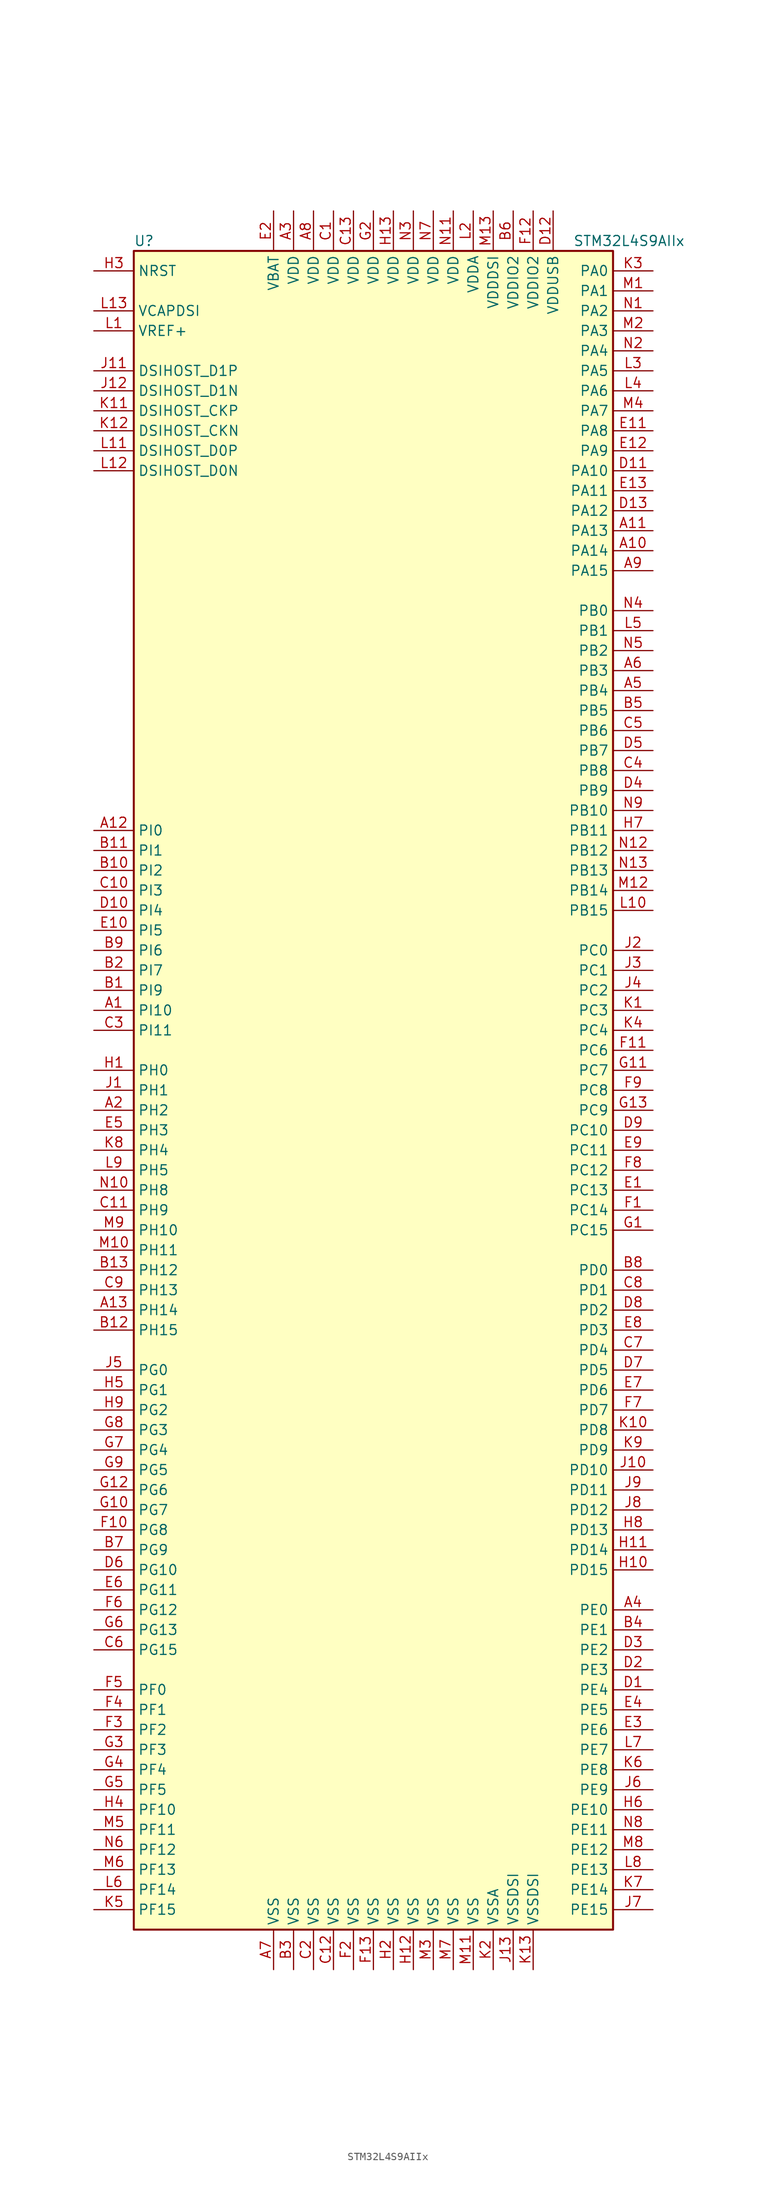
<source format=kicad_sym>
(kicad_symbol_lib
  (version 20201005)
  (generator kicad_symbol_editor)
  (symbol "STM32L4S9AIIx"
    (property "Reference" "U"
      (at -30.48 107.95 0)
      (effects (font (size 1.27 1.27)) (justify left)))
    (property "Value" "STM32L4S9AIIx"
      (at 25.4 107.95 0)
      (effects (font (size 1.27 1.27)) (justify left)))
    (symbol "STM32L4S9AIIx_0_1"
      (rectangle (start -30.48 -106.68) (end 30.48 106.68) (stroke (width 0.254)) (fill (type background))))
    (symbol "STM32L4S9AIIx_1_1"
      (pin bidirectional line (at -35.56 10.16 0) (length 5.08) (name "PI10" (effects (font (size 1.27 1.27)))) (number "A1" (effects (font (size 1.27 1.27)))))
      (pin bidirectional line (at 35.56 68.58 180) (length 5.08) (name "PA14" (effects (font (size 1.27 1.27)))) (number "A10" (effects (font (size 1.27 1.27)))))
      (pin bidirectional line (at 35.56 71.12 180) (length 5.08) (name "PA13" (effects (font (size 1.27 1.27)))) (number "A11" (effects (font (size 1.27 1.27)))))
      (pin bidirectional line (at -35.56 33.02 0) (length 5.08) (name "PI0" (effects (font (size 1.27 1.27)))) (number "A12" (effects (font (size 1.27 1.27)))))
      (pin bidirectional line (at -35.56 -27.94 0) (length 5.08) (name "PH14" (effects (font (size 1.27 1.27)))) (number "A13" (effects (font (size 1.27 1.27)))))
      (pin bidirectional line (at -35.56 -2.54 0) (length 5.08) (name "PH2" (effects (font (size 1.27 1.27)))) (number "A2" (effects (font (size 1.27 1.27)))))
      (pin power_in line (at -10.16 111.76 270) (length 5.08) (name "VDD" (effects (font (size 1.27 1.27)))) (number "A3" (effects (font (size 1.27 1.27)))))
      (pin bidirectional line (at 35.56 -66.04 180) (length 5.08) (name "PE0" (effects (font (size 1.27 1.27)))) (number "A4" (effects (font (size 1.27 1.27)))))
      (pin bidirectional line (at 35.56 50.8 180) (length 5.08) (name "PB4" (effects (font (size 1.27 1.27)))) (number "A5" (effects (font (size 1.27 1.27)))))
      (pin bidirectional line (at 35.56 53.34 180) (length 5.08) (name "PB3" (effects (font (size 1.27 1.27)))) (number "A6" (effects (font (size 1.27 1.27)))))
      (pin power_in line (at -12.7 -111.76 90) (length 5.08) (name "VSS" (effects (font (size 1.27 1.27)))) (number "A7" (effects (font (size 1.27 1.27)))))
      (pin power_in line (at -7.62 111.76 270) (length 5.08) (name "VDD" (effects (font (size 1.27 1.27)))) (number "A8" (effects (font (size 1.27 1.27)))))
      (pin bidirectional line (at 35.56 66.04 180) (length 5.08) (name "PA15" (effects (font (size 1.27 1.27)))) (number "A9" (effects (font (size 1.27 1.27)))))
      (pin bidirectional line (at -35.56 12.7 0) (length 5.08) (name "PI9" (effects (font (size 1.27 1.27)))) (number "B1" (effects (font (size 1.27 1.27)))))
      (pin bidirectional line (at -35.56 27.94 0) (length 5.08) (name "PI2" (effects (font (size 1.27 1.27)))) (number "B10" (effects (font (size 1.27 1.27)))))
      (pin bidirectional line (at -35.56 30.48 0) (length 5.08) (name "PI1" (effects (font (size 1.27 1.27)))) (number "B11" (effects (font (size 1.27 1.27)))))
      (pin bidirectional line (at -35.56 -30.48 0) (length 5.08) (name "PH15" (effects (font (size 1.27 1.27)))) (number "B12" (effects (font (size 1.27 1.27)))))
      (pin bidirectional line (at -35.56 -22.86 0) (length 5.08) (name "PH12" (effects (font (size 1.27 1.27)))) (number "B13" (effects (font (size 1.27 1.27)))))
      (pin bidirectional line (at -35.56 15.24 0) (length 5.08) (name "PI7" (effects (font (size 1.27 1.27)))) (number "B2" (effects (font (size 1.27 1.27)))))
      (pin power_in line (at -10.16 -111.76 90) (length 5.08) (name "VSS" (effects (font (size 1.27 1.27)))) (number "B3" (effects (font (size 1.27 1.27)))))
      (pin bidirectional line (at 35.56 -68.58 180) (length 5.08) (name "PE1" (effects (font (size 1.27 1.27)))) (number "B4" (effects (font (size 1.27 1.27)))))
      (pin bidirectional line (at 35.56 48.26 180) (length 5.08) (name "PB5" (effects (font (size 1.27 1.27)))) (number "B5" (effects (font (size 1.27 1.27)))))
      (pin power_in line (at 17.78 111.76 270) (length 5.08) (name "VDDIO2" (effects (font (size 1.27 1.27)))) (number "B6" (effects (font (size 1.27 1.27)))))
      (pin bidirectional line (at -35.56 -58.42 0) (length 5.08) (name "PG9" (effects (font (size 1.27 1.27)))) (number "B7" (effects (font (size 1.27 1.27)))))
      (pin bidirectional line (at 35.56 -22.86 180) (length 5.08) (name "PD0" (effects (font (size 1.27 1.27)))) (number "B8" (effects (font (size 1.27 1.27)))))
      (pin bidirectional line (at -35.56 17.78 0) (length 5.08) (name "PI6" (effects (font (size 1.27 1.27)))) (number "B9" (effects (font (size 1.27 1.27)))))
      (pin power_in line (at -5.08 111.76 270) (length 5.08) (name "VDD" (effects (font (size 1.27 1.27)))) (number "C1" (effects (font (size 1.27 1.27)))))
      (pin bidirectional line (at -35.56 25.4 0) (length 5.08) (name "PI3" (effects (font (size 1.27 1.27)))) (number "C10" (effects (font (size 1.27 1.27)))))
      (pin bidirectional line (at -35.56 -15.24 0) (length 5.08) (name "PH9" (effects (font (size 1.27 1.27)))) (number "C11" (effects (font (size 1.27 1.27)))))
      (pin power_in line (at -5.08 -111.76 90) (length 5.08) (name "VSS" (effects (font (size 1.27 1.27)))) (number "C12" (effects (font (size 1.27 1.27)))))
      (pin power_in line (at -2.54 111.76 270) (length 5.08) (name "VDD" (effects (font (size 1.27 1.27)))) (number "C13" (effects (font (size 1.27 1.27)))))
      (pin power_in line (at -7.62 -111.76 90) (length 5.08) (name "VSS" (effects (font (size 1.27 1.27)))) (number "C2" (effects (font (size 1.27 1.27)))))
      (pin bidirectional line (at -35.56 7.62 0) (length 5.08) (name "PI11" (effects (font (size 1.27 1.27)))) (number "C3" (effects (font (size 1.27 1.27)))))
      (pin bidirectional line (at 35.56 40.64 180) (length 5.08) (name "PB8" (effects (font (size 1.27 1.27)))) (number "C4" (effects (font (size 1.27 1.27)))))
      (pin bidirectional line (at 35.56 45.72 180) (length 5.08) (name "PB6" (effects (font (size 1.27 1.27)))) (number "C5" (effects (font (size 1.27 1.27)))))
      (pin bidirectional line (at -35.56 -71.12 0) (length 5.08) (name "PG15" (effects (font (size 1.27 1.27)))) (number "C6" (effects (font (size 1.27 1.27)))))
      (pin bidirectional line (at 35.56 -33.02 180) (length 5.08) (name "PD4" (effects (font (size 1.27 1.27)))) (number "C7" (effects (font (size 1.27 1.27)))))
      (pin bidirectional line (at 35.56 -25.4 180) (length 5.08) (name "PD1" (effects (font (size 1.27 1.27)))) (number "C8" (effects (font (size 1.27 1.27)))))
      (pin bidirectional line (at -35.56 -25.4 0) (length 5.08) (name "PH13" (effects (font (size 1.27 1.27)))) (number "C9" (effects (font (size 1.27 1.27)))))
      (pin bidirectional line (at 35.56 -76.2 180) (length 5.08) (name "PE4" (effects (font (size 1.27 1.27)))) (number "D1" (effects (font (size 1.27 1.27)))))
      (pin bidirectional line (at -35.56 22.86 0) (length 5.08) (name "PI4" (effects (font (size 1.27 1.27)))) (number "D10" (effects (font (size 1.27 1.27)))))
      (pin bidirectional line (at 35.56 78.74 180) (length 5.08) (name "PA10" (effects (font (size 1.27 1.27)))) (number "D11" (effects (font (size 1.27 1.27)))))
      (pin power_in line (at 22.86 111.76 270) (length 5.08) (name "VDDUSB" (effects (font (size 1.27 1.27)))) (number "D12" (effects (font (size 1.27 1.27)))))
      (pin bidirectional line (at 35.56 73.66 180) (length 5.08) (name "PA12" (effects (font (size 1.27 1.27)))) (number "D13" (effects (font (size 1.27 1.27)))))
      (pin bidirectional line (at 35.56 -73.66 180) (length 5.08) (name "PE3" (effects (font (size 1.27 1.27)))) (number "D2" (effects (font (size 1.27 1.27)))))
      (pin bidirectional line (at 35.56 -71.12 180) (length 5.08) (name "PE2" (effects (font (size 1.27 1.27)))) (number "D3" (effects (font (size 1.27 1.27)))))
      (pin bidirectional line (at 35.56 38.1 180) (length 5.08) (name "PB9" (effects (font (size 1.27 1.27)))) (number "D4" (effects (font (size 1.27 1.27)))))
      (pin bidirectional line (at 35.56 43.18 180) (length 5.08) (name "PB7" (effects (font (size 1.27 1.27)))) (number "D5" (effects (font (size 1.27 1.27)))))
      (pin bidirectional line (at -35.56 -60.96 0) (length 5.08) (name "PG10" (effects (font (size 1.27 1.27)))) (number "D6" (effects (font (size 1.27 1.27)))))
      (pin bidirectional line (at 35.56 -35.56 180) (length 5.08) (name "PD5" (effects (font (size 1.27 1.27)))) (number "D7" (effects (font (size 1.27 1.27)))))
      (pin bidirectional line (at 35.56 -27.94 180) (length 5.08) (name "PD2" (effects (font (size 1.27 1.27)))) (number "D8" (effects (font (size 1.27 1.27)))))
      (pin bidirectional line (at 35.56 -5.08 180) (length 5.08) (name "PC10" (effects (font (size 1.27 1.27)))) (number "D9" (effects (font (size 1.27 1.27)))))
      (pin bidirectional line (at 35.56 -12.7 180) (length 5.08) (name "PC13" (effects (font (size 1.27 1.27)))) (number "E1" (effects (font (size 1.27 1.27)))))
      (pin bidirectional line (at -35.56 20.32 0) (length 5.08) (name "PI5" (effects (font (size 1.27 1.27)))) (number "E10" (effects (font (size 1.27 1.27)))))
      (pin bidirectional line (at 35.56 83.82 180) (length 5.08) (name "PA8" (effects (font (size 1.27 1.27)))) (number "E11" (effects (font (size 1.27 1.27)))))
      (pin bidirectional line (at 35.56 81.28 180) (length 5.08) (name "PA9" (effects (font (size 1.27 1.27)))) (number "E12" (effects (font (size 1.27 1.27)))))
      (pin bidirectional line (at 35.56 76.2 180) (length 5.08) (name "PA11" (effects (font (size 1.27 1.27)))) (number "E13" (effects (font (size 1.27 1.27)))))
      (pin power_in line (at -12.7 111.76 270) (length 5.08) (name "VBAT" (effects (font (size 1.27 1.27)))) (number "E2" (effects (font (size 1.27 1.27)))))
      (pin bidirectional line (at 35.56 -81.28 180) (length 5.08) (name "PE6" (effects (font (size 1.27 1.27)))) (number "E3" (effects (font (size 1.27 1.27)))))
      (pin bidirectional line (at 35.56 -78.74 180) (length 5.08) (name "PE5" (effects (font (size 1.27 1.27)))) (number "E4" (effects (font (size 1.27 1.27)))))
      (pin bidirectional line (at -35.56 -5.08 0) (length 5.08) (name "PH3" (effects (font (size 1.27 1.27)))) (number "E5" (effects (font (size 1.27 1.27)))))
      (pin bidirectional line (at -35.56 -63.5 0) (length 5.08) (name "PG11" (effects (font (size 1.27 1.27)))) (number "E6" (effects (font (size 1.27 1.27)))))
      (pin bidirectional line (at 35.56 -38.1 180) (length 5.08) (name "PD6" (effects (font (size 1.27 1.27)))) (number "E7" (effects (font (size 1.27 1.27)))))
      (pin bidirectional line (at 35.56 -30.48 180) (length 5.08) (name "PD3" (effects (font (size 1.27 1.27)))) (number "E8" (effects (font (size 1.27 1.27)))))
      (pin bidirectional line (at 35.56 -7.62 180) (length 5.08) (name "PC11" (effects (font (size 1.27 1.27)))) (number "E9" (effects (font (size 1.27 1.27)))))
      (pin bidirectional line (at 35.56 -15.24 180) (length 5.08) (name "PC14" (effects (font (size 1.27 1.27)))) (number "F1" (effects (font (size 1.27 1.27)))))
      (pin bidirectional line (at -35.56 -55.88 0) (length 5.08) (name "PG8" (effects (font (size 1.27 1.27)))) (number "F10" (effects (font (size 1.27 1.27)))))
      (pin bidirectional line (at 35.56 5.08 180) (length 5.08) (name "PC6" (effects (font (size 1.27 1.27)))) (number "F11" (effects (font (size 1.27 1.27)))))
      (pin power_in line (at 20.32 111.76 270) (length 5.08) (name "VDDIO2" (effects (font (size 1.27 1.27)))) (number "F12" (effects (font (size 1.27 1.27)))))
      (pin power_in line (at 0 -111.76 90) (length 5.08) (name "VSS" (effects (font (size 1.27 1.27)))) (number "F13" (effects (font (size 1.27 1.27)))))
      (pin power_in line (at -2.54 -111.76 90) (length 5.08) (name "VSS" (effects (font (size 1.27 1.27)))) (number "F2" (effects (font (size 1.27 1.27)))))
      (pin bidirectional line (at -35.56 -81.28 0) (length 5.08) (name "PF2" (effects (font (size 1.27 1.27)))) (number "F3" (effects (font (size 1.27 1.27)))))
      (pin bidirectional line (at -35.56 -78.74 0) (length 5.08) (name "PF1" (effects (font (size 1.27 1.27)))) (number "F4" (effects (font (size 1.27 1.27)))))
      (pin bidirectional line (at -35.56 -76.2 0) (length 5.08) (name "PF0" (effects (font (size 1.27 1.27)))) (number "F5" (effects (font (size 1.27 1.27)))))
      (pin bidirectional line (at -35.56 -66.04 0) (length 5.08) (name "PG12" (effects (font (size 1.27 1.27)))) (number "F6" (effects (font (size 1.27 1.27)))))
      (pin bidirectional line (at 35.56 -40.64 180) (length 5.08) (name "PD7" (effects (font (size 1.27 1.27)))) (number "F7" (effects (font (size 1.27 1.27)))))
      (pin bidirectional line (at 35.56 -10.16 180) (length 5.08) (name "PC12" (effects (font (size 1.27 1.27)))) (number "F8" (effects (font (size 1.27 1.27)))))
      (pin bidirectional line (at 35.56 0 180) (length 5.08) (name "PC8" (effects (font (size 1.27 1.27)))) (number "F9" (effects (font (size 1.27 1.27)))))
      (pin bidirectional line (at 35.56 -17.78 180) (length 5.08) (name "PC15" (effects (font (size 1.27 1.27)))) (number "G1" (effects (font (size 1.27 1.27)))))
      (pin bidirectional line (at -35.56 -53.34 0) (length 5.08) (name "PG7" (effects (font (size 1.27 1.27)))) (number "G10" (effects (font (size 1.27 1.27)))))
      (pin bidirectional line (at 35.56 2.54 180) (length 5.08) (name "PC7" (effects (font (size 1.27 1.27)))) (number "G11" (effects (font (size 1.27 1.27)))))
      (pin bidirectional line (at -35.56 -50.8 0) (length 5.08) (name "PG6" (effects (font (size 1.27 1.27)))) (number "G12" (effects (font (size 1.27 1.27)))))
      (pin bidirectional line (at 35.56 -2.54 180) (length 5.08) (name "PC9" (effects (font (size 1.27 1.27)))) (number "G13" (effects (font (size 1.27 1.27)))))
      (pin power_in line (at 0 111.76 270) (length 5.08) (name "VDD" (effects (font (size 1.27 1.27)))) (number "G2" (effects (font (size 1.27 1.27)))))
      (pin bidirectional line (at -35.56 -83.82 0) (length 5.08) (name "PF3" (effects (font (size 1.27 1.27)))) (number "G3" (effects (font (size 1.27 1.27)))))
      (pin bidirectional line (at -35.56 -86.36 0) (length 5.08) (name "PF4" (effects (font (size 1.27 1.27)))) (number "G4" (effects (font (size 1.27 1.27)))))
      (pin bidirectional line (at -35.56 -88.9 0) (length 5.08) (name "PF5" (effects (font (size 1.27 1.27)))) (number "G5" (effects (font (size 1.27 1.27)))))
      (pin bidirectional line (at -35.56 -68.58 0) (length 5.08) (name "PG13" (effects (font (size 1.27 1.27)))) (number "G6" (effects (font (size 1.27 1.27)))))
      (pin bidirectional line (at -35.56 -45.72 0) (length 5.08) (name "PG4" (effects (font (size 1.27 1.27)))) (number "G7" (effects (font (size 1.27 1.27)))))
      (pin bidirectional line (at -35.56 -43.18 0) (length 5.08) (name "PG3" (effects (font (size 1.27 1.27)))) (number "G8" (effects (font (size 1.27 1.27)))))
      (pin bidirectional line (at -35.56 -48.26 0) (length 5.08) (name "PG5" (effects (font (size 1.27 1.27)))) (number "G9" (effects (font (size 1.27 1.27)))))
      (pin input line (at -35.56 2.54 0) (length 5.08) (name "PH0" (effects (font (size 1.27 1.27)))) (number "H1" (effects (font (size 1.27 1.27)))))
      (pin bidirectional line (at 35.56 -60.96 180) (length 5.08) (name "PD15" (effects (font (size 1.27 1.27)))) (number "H10" (effects (font (size 1.27 1.27)))))
      (pin bidirectional line (at 35.56 -58.42 180) (length 5.08) (name "PD14" (effects (font (size 1.27 1.27)))) (number "H11" (effects (font (size 1.27 1.27)))))
      (pin power_in line (at 5.08 -111.76 90) (length 5.08) (name "VSS" (effects (font (size 1.27 1.27)))) (number "H12" (effects (font (size 1.27 1.27)))))
      (pin power_in line (at 2.54 111.76 270) (length 5.08) (name "VDD" (effects (font (size 1.27 1.27)))) (number "H13" (effects (font (size 1.27 1.27)))))
      (pin power_in line (at 2.54 -111.76 90) (length 5.08) (name "VSS" (effects (font (size 1.27 1.27)))) (number "H2" (effects (font (size 1.27 1.27)))))
      (pin input line (at -35.56 104.14 0) (length 5.08) (name "NRST" (effects (font (size 1.27 1.27)))) (number "H3" (effects (font (size 1.27 1.27)))))
      (pin bidirectional line (at -35.56 -91.44 0) (length 5.08) (name "PF10" (effects (font (size 1.27 1.27)))) (number "H4" (effects (font (size 1.27 1.27)))))
      (pin bidirectional line (at -35.56 -38.1 0) (length 5.08) (name "PG1" (effects (font (size 1.27 1.27)))) (number "H5" (effects (font (size 1.27 1.27)))))
      (pin bidirectional line (at 35.56 -91.44 180) (length 5.08) (name "PE10" (effects (font (size 1.27 1.27)))) (number "H6" (effects (font (size 1.27 1.27)))))
      (pin bidirectional line (at 35.56 33.02 180) (length 5.08) (name "PB11" (effects (font (size 1.27 1.27)))) (number "H7" (effects (font (size 1.27 1.27)))))
      (pin bidirectional line (at 35.56 -55.88 180) (length 5.08) (name "PD13" (effects (font (size 1.27 1.27)))) (number "H8" (effects (font (size 1.27 1.27)))))
      (pin bidirectional line (at -35.56 -40.64 0) (length 5.08) (name "PG2" (effects (font (size 1.27 1.27)))) (number "H9" (effects (font (size 1.27 1.27)))))
      (pin input line (at -35.56 0 0) (length 5.08) (name "PH1" (effects (font (size 1.27 1.27)))) (number "J1" (effects (font (size 1.27 1.27)))))
      (pin bidirectional line (at 35.56 -48.26 180) (length 5.08) (name "PD10" (effects (font (size 1.27 1.27)))) (number "J10" (effects (font (size 1.27 1.27)))))
      (pin bidirectional line (at -35.56 91.44 0) (length 5.08) (name "DSIHOST_D1P" (effects (font (size 1.27 1.27)))) (number "J11" (effects (font (size 1.27 1.27)))))
      (pin bidirectional line (at -35.56 88.9 0) (length 5.08) (name "DSIHOST_D1N" (effects (font (size 1.27 1.27)))) (number "J12" (effects (font (size 1.27 1.27)))))
      (pin power_in line (at 17.78 -111.76 90) (length 5.08) (name "VSSDSI" (effects (font (size 1.27 1.27)))) (number "J13" (effects (font (size 1.27 1.27)))))
      (pin bidirectional line (at 35.56 17.78 180) (length 5.08) (name "PC0" (effects (font (size 1.27 1.27)))) (number "J2" (effects (font (size 1.27 1.27)))))
      (pin bidirectional line (at 35.56 15.24 180) (length 5.08) (name "PC1" (effects (font (size 1.27 1.27)))) (number "J3" (effects (font (size 1.27 1.27)))))
      (pin bidirectional line (at 35.56 12.7 180) (length 5.08) (name "PC2" (effects (font (size 1.27 1.27)))) (number "J4" (effects (font (size 1.27 1.27)))))
      (pin bidirectional line (at -35.56 -35.56 0) (length 5.08) (name "PG0" (effects (font (size 1.27 1.27)))) (number "J5" (effects (font (size 1.27 1.27)))))
      (pin bidirectional line (at 35.56 -88.9 180) (length 5.08) (name "PE9" (effects (font (size 1.27 1.27)))) (number "J6" (effects (font (size 1.27 1.27)))))
      (pin bidirectional line (at 35.56 -104.14 180) (length 5.08) (name "PE15" (effects (font (size 1.27 1.27)))) (number "J7" (effects (font (size 1.27 1.27)))))
      (pin bidirectional line (at 35.56 -53.34 180) (length 5.08) (name "PD12" (effects (font (size 1.27 1.27)))) (number "J8" (effects (font (size 1.27 1.27)))))
      (pin bidirectional line (at 35.56 -50.8 180) (length 5.08) (name "PD11" (effects (font (size 1.27 1.27)))) (number "J9" (effects (font (size 1.27 1.27)))))
      (pin bidirectional line (at 35.56 10.16 180) (length 5.08) (name "PC3" (effects (font (size 1.27 1.27)))) (number "K1" (effects (font (size 1.27 1.27)))))
      (pin bidirectional line (at 35.56 -43.18 180) (length 5.08) (name "PD8" (effects (font (size 1.27 1.27)))) (number "K10" (effects (font (size 1.27 1.27)))))
      (pin bidirectional line (at -35.56 86.36 0) (length 5.08) (name "DSIHOST_CKP" (effects (font (size 1.27 1.27)))) (number "K11" (effects (font (size 1.27 1.27)))))
      (pin bidirectional line (at -35.56 83.82 0) (length 5.08) (name "DSIHOST_CKN" (effects (font (size 1.27 1.27)))) (number "K12" (effects (font (size 1.27 1.27)))))
      (pin power_in line (at 20.32 -111.76 90) (length 5.08) (name "VSSDSI" (effects (font (size 1.27 1.27)))) (number "K13" (effects (font (size 1.27 1.27)))))
      (pin power_in line (at 15.24 -111.76 90) (length 5.08) (name "VSSA" (effects (font (size 1.27 1.27)))) (number "K2" (effects (font (size 1.27 1.27)))))
      (pin bidirectional line (at 35.56 104.14 180) (length 5.08) (name "PA0" (effects (font (size 1.27 1.27)))) (number "K3" (effects (font (size 1.27 1.27)))))
      (pin bidirectional line (at 35.56 7.62 180) (length 5.08) (name "PC4" (effects (font (size 1.27 1.27)))) (number "K4" (effects (font (size 1.27 1.27)))))
      (pin bidirectional line (at -35.56 -104.14 0) (length 5.08) (name "PF15" (effects (font (size 1.27 1.27)))) (number "K5" (effects (font (size 1.27 1.27)))))
      (pin bidirectional line (at 35.56 -86.36 180) (length 5.08) (name "PE8" (effects (font (size 1.27 1.27)))) (number "K6" (effects (font (size 1.27 1.27)))))
      (pin bidirectional line (at 35.56 -101.6 180) (length 5.08) (name "PE14" (effects (font (size 1.27 1.27)))) (number "K7" (effects (font (size 1.27 1.27)))))
      (pin bidirectional line (at -35.56 -7.62 0) (length 5.08) (name "PH4" (effects (font (size 1.27 1.27)))) (number "K8" (effects (font (size 1.27 1.27)))))
      (pin bidirectional line (at 35.56 -45.72 180) (length 5.08) (name "PD9" (effects (font (size 1.27 1.27)))) (number "K9" (effects (font (size 1.27 1.27)))))
      (pin bidirectional line (at -35.56 96.52 0) (length 5.08) (name "VREF+" (effects (font (size 1.27 1.27)))) (number "L1" (effects (font (size 1.27 1.27)))))
      (pin bidirectional line (at 35.56 22.86 180) (length 5.08) (name "PB15" (effects (font (size 1.27 1.27)))) (number "L10" (effects (font (size 1.27 1.27)))))
      (pin bidirectional line (at -35.56 81.28 0) (length 5.08) (name "DSIHOST_D0P" (effects (font (size 1.27 1.27)))) (number "L11" (effects (font (size 1.27 1.27)))))
      (pin bidirectional line (at -35.56 78.74 0) (length 5.08) (name "DSIHOST_D0N" (effects (font (size 1.27 1.27)))) (number "L12" (effects (font (size 1.27 1.27)))))
      (pin power_in line (at -35.56 99.06 0) (length 5.08) (name "VCAPDSI" (effects (font (size 1.27 1.27)))) (number "L13" (effects (font (size 1.27 1.27)))))
      (pin power_in line (at 12.7 111.76 270) (length 5.08) (name "VDDA" (effects (font (size 1.27 1.27)))) (number "L2" (effects (font (size 1.27 1.27)))))
      (pin bidirectional line (at 35.56 91.44 180) (length 5.08) (name "PA5" (effects (font (size 1.27 1.27)))) (number "L3" (effects (font (size 1.27 1.27)))))
      (pin bidirectional line (at 35.56 88.9 180) (length 5.08) (name "PA6" (effects (font (size 1.27 1.27)))) (number "L4" (effects (font (size 1.27 1.27)))))
      (pin bidirectional line (at 35.56 58.42 180) (length 5.08) (name "PB1" (effects (font (size 1.27 1.27)))) (number "L5" (effects (font (size 1.27 1.27)))))
      (pin bidirectional line (at -35.56 -101.6 0) (length 5.08) (name "PF14" (effects (font (size 1.27 1.27)))) (number "L6" (effects (font (size 1.27 1.27)))))
      (pin bidirectional line (at 35.56 -83.82 180) (length 5.08) (name "PE7" (effects (font (size 1.27 1.27)))) (number "L7" (effects (font (size 1.27 1.27)))))
      (pin bidirectional line (at 35.56 -99.06 180) (length 5.08) (name "PE13" (effects (font (size 1.27 1.27)))) (number "L8" (effects (font (size 1.27 1.27)))))
      (pin bidirectional line (at -35.56 -10.16 0) (length 5.08) (name "PH5" (effects (font (size 1.27 1.27)))) (number "L9" (effects (font (size 1.27 1.27)))))
      (pin bidirectional line (at 35.56 101.6 180) (length 5.08) (name "PA1" (effects (font (size 1.27 1.27)))) (number "M1" (effects (font (size 1.27 1.27)))))
      (pin bidirectional line (at -35.56 -20.32 0) (length 5.08) (name "PH11" (effects (font (size 1.27 1.27)))) (number "M10" (effects (font (size 1.27 1.27)))))
      (pin power_in line (at 12.7 -111.76 90) (length 5.08) (name "VSS" (effects (font (size 1.27 1.27)))) (number "M11" (effects (font (size 1.27 1.27)))))
      (pin bidirectional line (at 35.56 25.4 180) (length 5.08) (name "PB14" (effects (font (size 1.27 1.27)))) (number "M12" (effects (font (size 1.27 1.27)))))
      (pin power_in line (at 15.24 111.76 270) (length 5.08) (name "VDDDSI" (effects (font (size 1.27 1.27)))) (number "M13" (effects (font (size 1.27 1.27)))))
      (pin bidirectional line (at 35.56 96.52 180) (length 5.08) (name "PA3" (effects (font (size 1.27 1.27)))) (number "M2" (effects (font (size 1.27 1.27)))))
      (pin power_in line (at 7.62 -111.76 90) (length 5.08) (name "VSS" (effects (font (size 1.27 1.27)))) (number "M3" (effects (font (size 1.27 1.27)))))
      (pin bidirectional line (at 35.56 86.36 180) (length 5.08) (name "PA7" (effects (font (size 1.27 1.27)))) (number "M4" (effects (font (size 1.27 1.27)))))
      (pin bidirectional line (at -35.56 -93.98 0) (length 5.08) (name "PF11" (effects (font (size 1.27 1.27)))) (number "M5" (effects (font (size 1.27 1.27)))))
      (pin bidirectional line (at -35.56 -99.06 0) (length 5.08) (name "PF13" (effects (font (size 1.27 1.27)))) (number "M6" (effects (font (size 1.27 1.27)))))
      (pin power_in line (at 10.16 -111.76 90) (length 5.08) (name "VSS" (effects (font (size 1.27 1.27)))) (number "M7" (effects (font (size 1.27 1.27)))))
      (pin bidirectional line (at 35.56 -96.52 180) (length 5.08) (name "PE12" (effects (font (size 1.27 1.27)))) (number "M8" (effects (font (size 1.27 1.27)))))
      (pin bidirectional line (at -35.56 -17.78 0) (length 5.08) (name "PH10" (effects (font (size 1.27 1.27)))) (number "M9" (effects (font (size 1.27 1.27)))))
      (pin bidirectional line (at 35.56 99.06 180) (length 5.08) (name "PA2" (effects (font (size 1.27 1.27)))) (number "N1" (effects (font (size 1.27 1.27)))))
      (pin bidirectional line (at -35.56 -12.7 0) (length 5.08) (name "PH8" (effects (font (size 1.27 1.27)))) (number "N10" (effects (font (size 1.27 1.27)))))
      (pin power_in line (at 10.16 111.76 270) (length 5.08) (name "VDD" (effects (font (size 1.27 1.27)))) (number "N11" (effects (font (size 1.27 1.27)))))
      (pin bidirectional line (at 35.56 30.48 180) (length 5.08) (name "PB12" (effects (font (size 1.27 1.27)))) (number "N12" (effects (font (size 1.27 1.27)))))
      (pin bidirectional line (at 35.56 27.94 180) (length 5.08) (name "PB13" (effects (font (size 1.27 1.27)))) (number "N13" (effects (font (size 1.27 1.27)))))
      (pin bidirectional line (at 35.56 93.98 180) (length 5.08) (name "PA4" (effects (font (size 1.27 1.27)))) (number "N2" (effects (font (size 1.27 1.27)))))
      (pin power_in line (at 5.08 111.76 270) (length 5.08) (name "VDD" (effects (font (size 1.27 1.27)))) (number "N3" (effects (font (size 1.27 1.27)))))
      (pin bidirectional line (at 35.56 60.96 180) (length 5.08) (name "PB0" (effects (font (size 1.27 1.27)))) (number "N4" (effects (font (size 1.27 1.27)))))
      (pin bidirectional line (at 35.56 55.88 180) (length 5.08) (name "PB2" (effects (font (size 1.27 1.27)))) (number "N5" (effects (font (size 1.27 1.27)))))
      (pin bidirectional line (at -35.56 -96.52 0) (length 5.08) (name "PF12" (effects (font (size 1.27 1.27)))) (number "N6" (effects (font (size 1.27 1.27)))))
      (pin power_in line (at 7.62 111.76 270) (length 5.08) (name "VDD" (effects (font (size 1.27 1.27)))) (number "N7" (effects (font (size 1.27 1.27)))))
      (pin bidirectional line (at 35.56 -93.98 180) (length 5.08) (name "PE11" (effects (font (size 1.27 1.27)))) (number "N8" (effects (font (size 1.27 1.27)))))
      (pin bidirectional line (at 35.56 35.56 180) (length 5.08) (name "PB10" (effects (font (size 1.27 1.27)))) (number "N9" (effects (font (size 1.27 1.27))))))))
</source>
